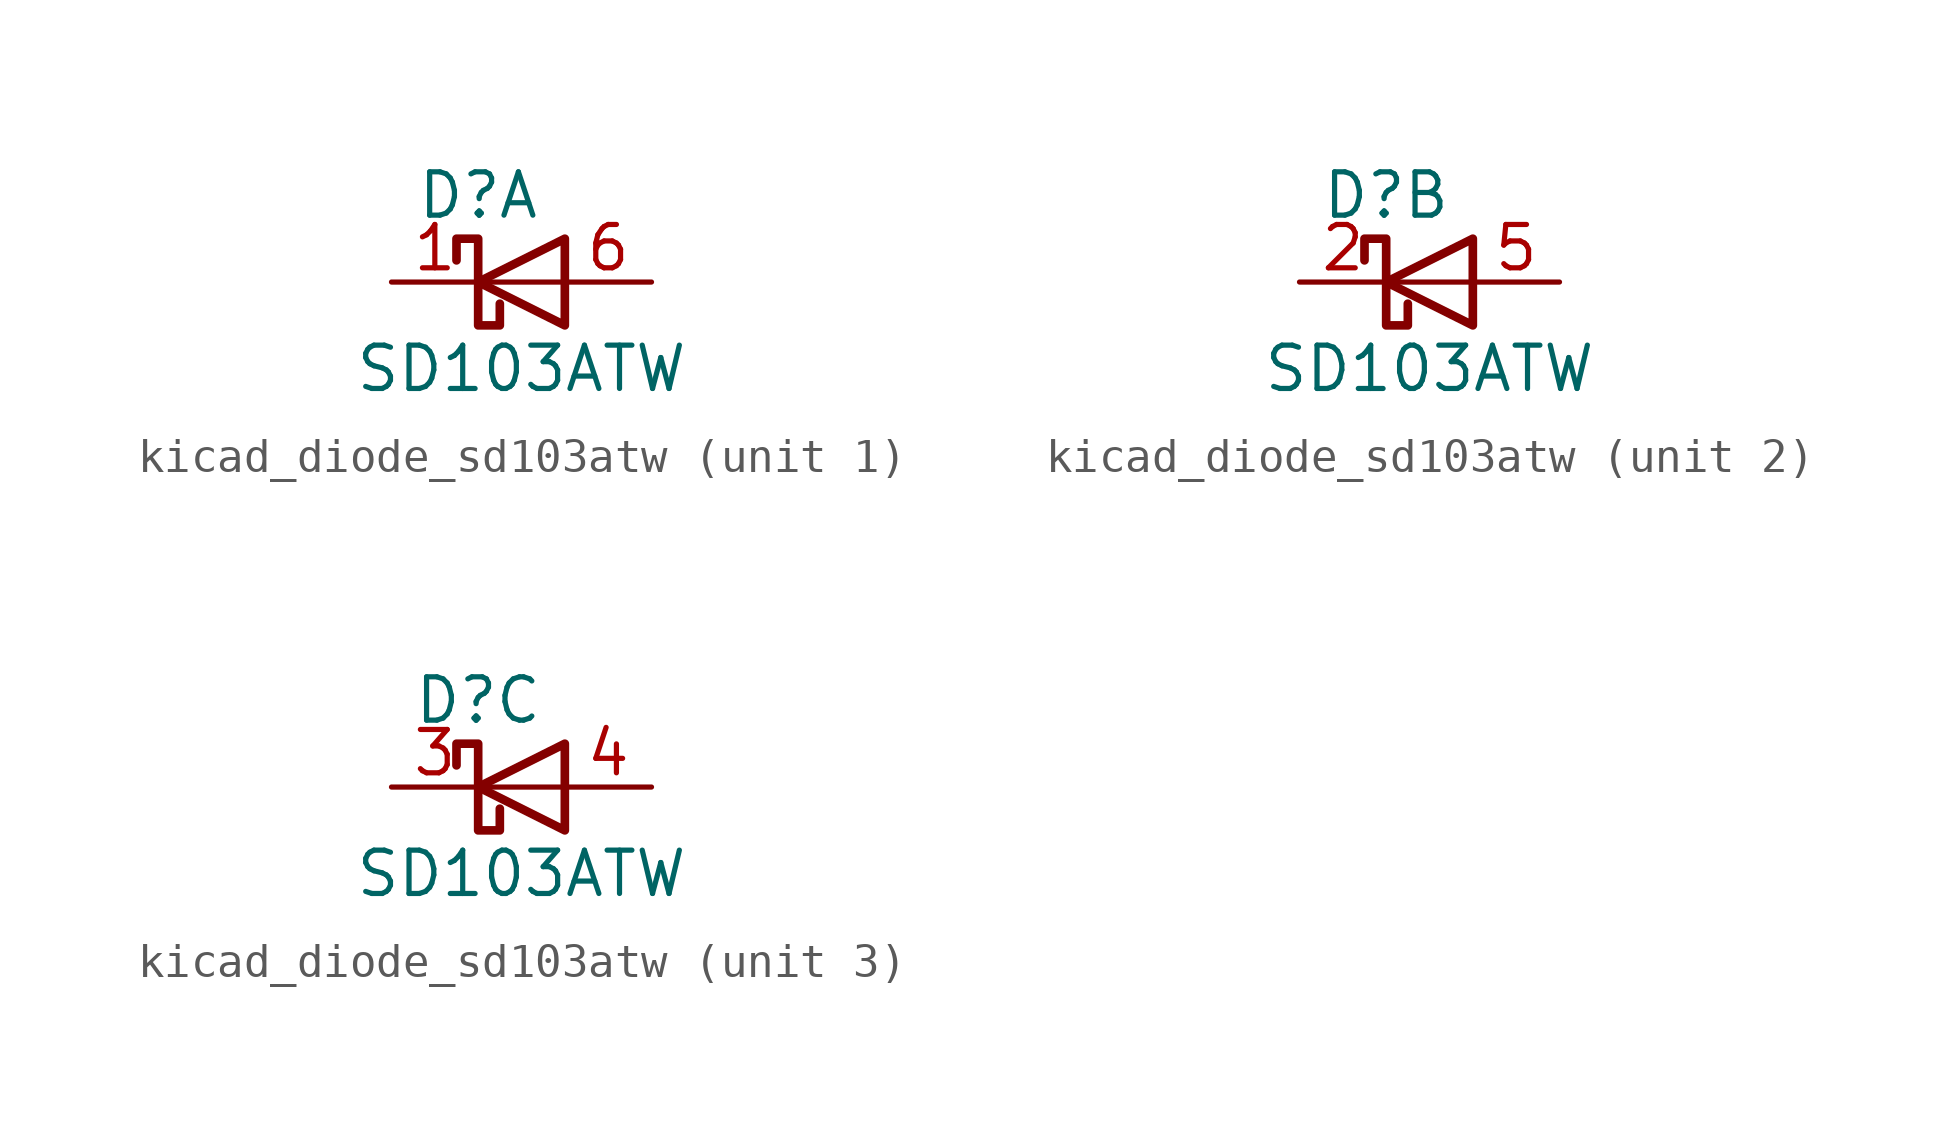
<source format=kicad_sym>
(kicad_symbol_lib
  (version 20220914)
  (generator kicad_symbol_editor)
  (symbol "kicad_diode_sd103atw"
    (pin_names hide)
    (property "Reference" "D"
      (at -1.27 2.54 0)
      (effects (font (size 1.27 1.27))))
    (property "Value" "SD103ATW"
      (at 0 -2.54 0)
      (effects (font (size 1.27 1.27))))
    (symbol "kicad_diode_sd103atw_0_1"
      (polyline (pts (xy 1.27 0) (xy -1.27 0)) (stroke (width 0) (type default)) (fill (type none)))
      (polyline (pts (xy 1.27 1.27) (xy 1.27 -1.27) (xy -1.27 0) (xy 1.27 1.27)) (stroke (width 0.254) (type default)) (fill (type none)))
      (polyline (pts (xy -1.905 0.635) (xy -1.905 1.27) (xy -1.27 1.27) (xy -1.27 -1.27) (xy -0.635 -1.27) (xy -0.635 -0.635)) (stroke (width 0.254) (type default)) (fill (type none))))
    (symbol "kicad_diode_sd103atw_1_1"
      (pin passive line (at -3.81 0 0) (length 2.54) (name "K" (effects (font (size 1.27 1.27)))) (number "1" (effects (font (size 1.27 1.27)))))
      (pin passive line (at 3.81 0 180) (length 2.54) (name "A" (effects (font (size 1.27 1.27)))) (number "6" (effects (font (size 1.27 1.27))))))
    (symbol "kicad_diode_sd103atw_2_1"
      (pin passive line (at -3.81 0 0) (length 2.54) (name "K" (effects (font (size 1.27 1.27)))) (number "2" (effects (font (size 1.27 1.27)))))
      (pin passive line (at 3.81 0 180) (length 2.54) (name "A" (effects (font (size 1.27 1.27)))) (number "5" (effects (font (size 1.27 1.27))))))
    (symbol "kicad_diode_sd103atw_3_1"
      (pin passive line (at -3.81 0 0) (length 2.54) (name "K" (effects (font (size 1.27 1.27)))) (number "3" (effects (font (size 1.27 1.27)))))
      (pin passive line (at 3.81 0 180) (length 2.54) (name "A" (effects (font (size 1.27 1.27)))) (number "4" (effects (font (size 1.27 1.27))))))))
</source>
